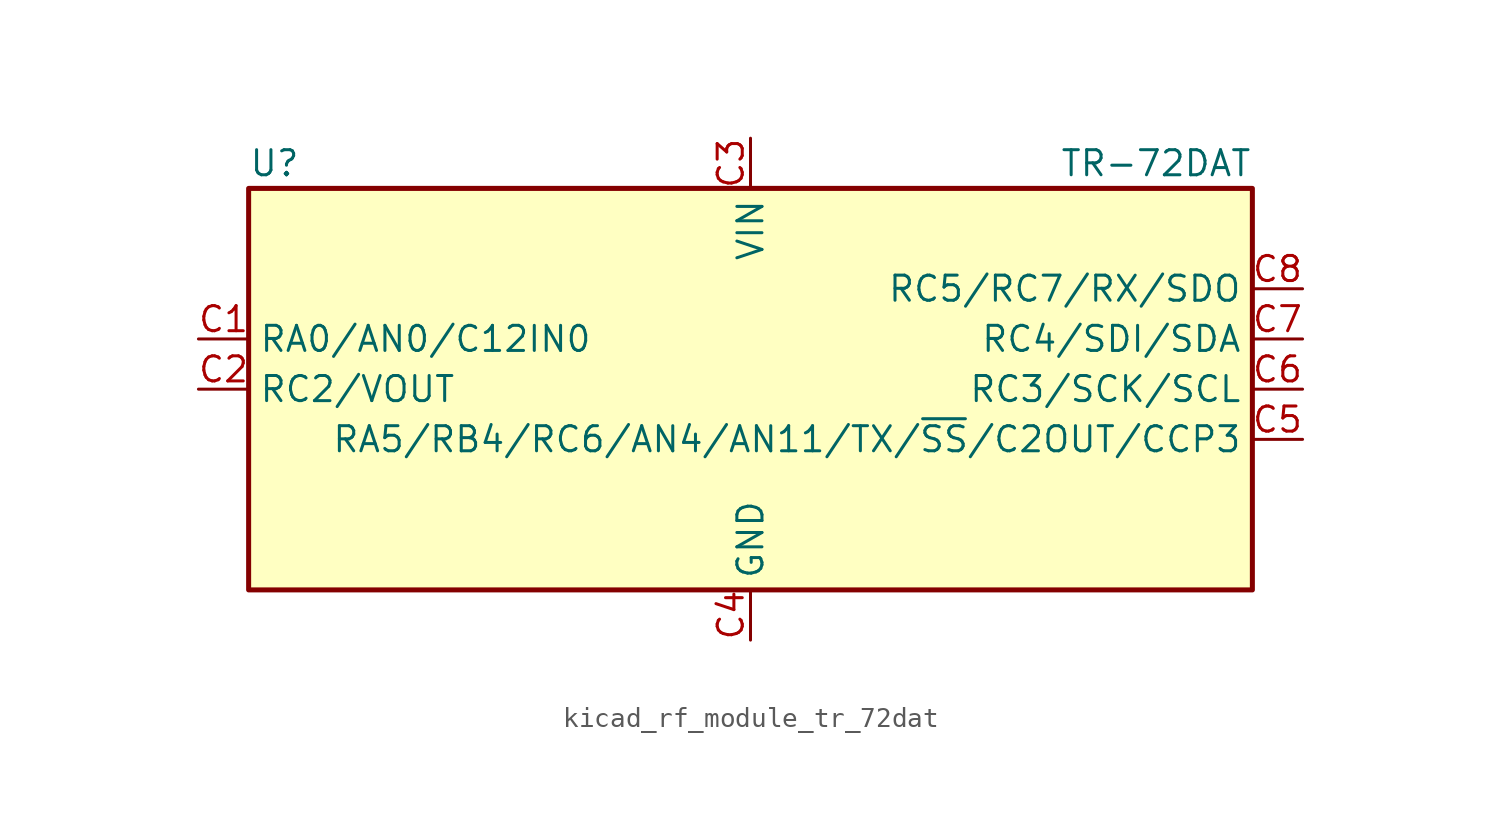
<source format=kicad_sym>
(kicad_symbol_lib
  (version 20220914)
  (generator kicad_symbol_editor)
  (symbol "kicad_rf_module_tr_72dat"
    (property "Reference" "U"
      (at -25.4 11.43 0)
      (effects (font (size 1.27 1.27)) (justify left)))
    (property "Value" "TR-72DAT"
      (at 25.4 11.43 0)
      (effects (font (size 1.27 1.27)) (justify right)))
    (symbol "kicad_rf_module_tr_72dat_0_1"
      (rectangle (start -25.4 10.16) (end 25.4 -10.16) (stroke (width 0.254) (type default)) (fill (type background))))
    (symbol "kicad_rf_module_tr_72dat_1_1"
      (pin bidirectional line (at -27.94 2.54 0) (length 2.54) (name "RA0/AN0/C12IN0" (effects (font (size 1.27 1.27)))) (number "C1" (effects (font (size 1.27 1.27)))))
      (pin bidirectional line (at -27.94 0 0) (length 2.54) (name "RC2/VOUT" (effects (font (size 1.27 1.27)))) (number "C2" (effects (font (size 1.27 1.27)))))
      (pin power_in line (at 0 12.7 270) (length 2.54) (name "VIN" (effects (font (size 1.27 1.27)))) (number "C3" (effects (font (size 1.27 1.27)))))
      (pin power_in line (at 0 -12.7 90) (length 2.54) (name "GND" (effects (font (size 1.27 1.27)))) (number "C4" (effects (font (size 1.27 1.27)))))
      (pin bidirectional line (at 27.94 -2.54 180) (length 2.54) (name "RA5/RB4/RC6/AN4/AN11/TX/~{SS}/C2OUT/CCP3" (effects (font (size 1.27 1.27)))) (number "C5" (effects (font (size 1.27 1.27)))))
      (pin bidirectional line (at 27.94 0 180) (length 2.54) (name "RC3/SCK/SCL" (effects (font (size 1.27 1.27)))) (number "C6" (effects (font (size 1.27 1.27)))))
      (pin bidirectional line (at 27.94 2.54 180) (length 2.54) (name "RC4/SDI/SDA" (effects (font (size 1.27 1.27)))) (number "C7" (effects (font (size 1.27 1.27)))))
      (pin bidirectional line (at 27.94 5.08 180) (length 2.54) (name "RC5/RC7/RX/SDO" (effects (font (size 1.27 1.27)))) (number "C8" (effects (font (size 1.27 1.27))))))))
</source>
